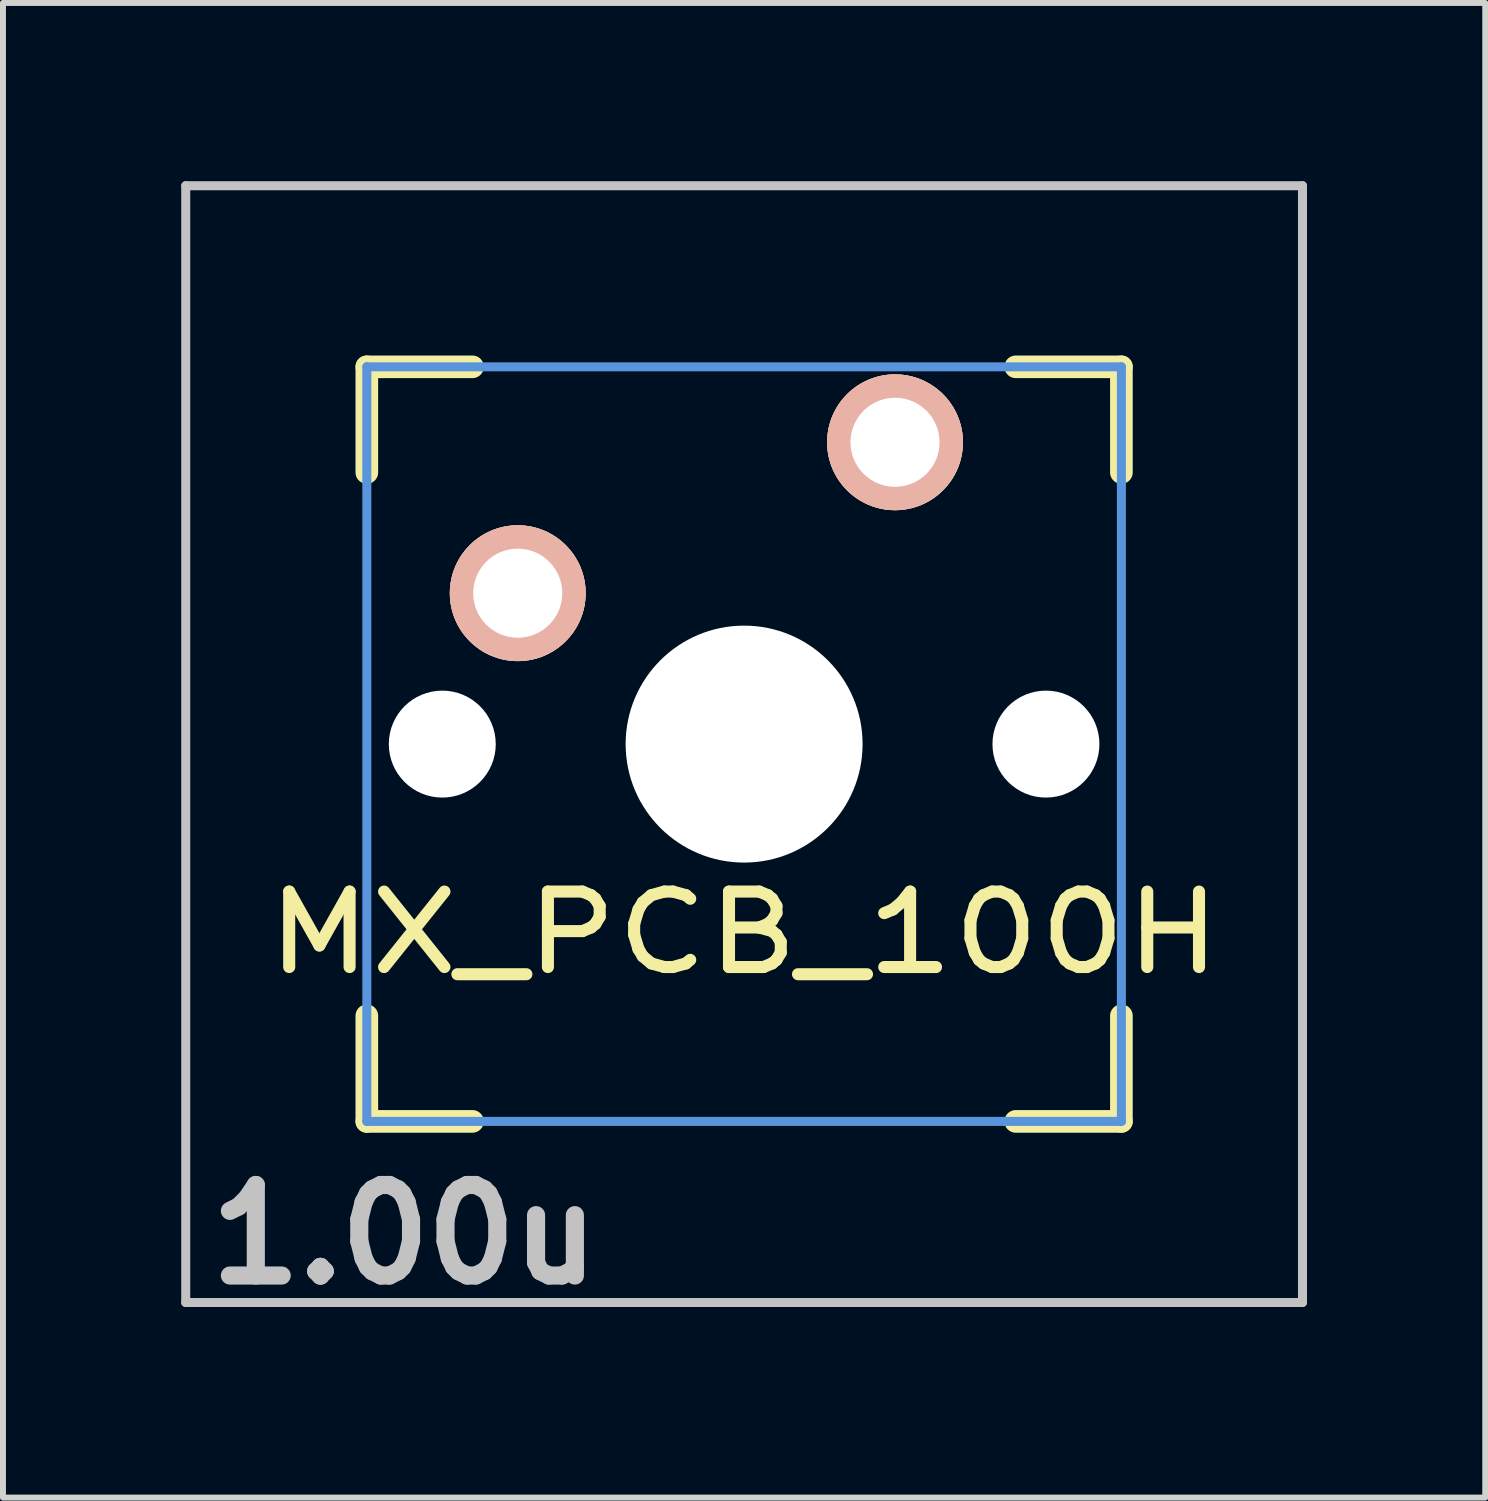
<source format=kicad_pcb>
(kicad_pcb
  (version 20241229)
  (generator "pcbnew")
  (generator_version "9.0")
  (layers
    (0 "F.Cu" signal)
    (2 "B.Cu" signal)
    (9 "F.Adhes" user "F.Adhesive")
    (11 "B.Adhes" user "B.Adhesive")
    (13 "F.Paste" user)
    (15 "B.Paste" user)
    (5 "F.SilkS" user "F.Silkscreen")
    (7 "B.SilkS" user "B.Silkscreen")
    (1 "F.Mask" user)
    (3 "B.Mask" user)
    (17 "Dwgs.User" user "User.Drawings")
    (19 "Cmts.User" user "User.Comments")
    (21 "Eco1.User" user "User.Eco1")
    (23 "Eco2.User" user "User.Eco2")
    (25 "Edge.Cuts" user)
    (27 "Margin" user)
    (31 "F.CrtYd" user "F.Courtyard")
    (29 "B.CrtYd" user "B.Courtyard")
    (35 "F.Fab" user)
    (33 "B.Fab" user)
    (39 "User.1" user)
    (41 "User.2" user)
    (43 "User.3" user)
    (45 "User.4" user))
  (footprint "MX_PCB_100H"
    (layer "F.Cu")
    (at 9.474 9.474)
    (property "Reference" "MX_PCB_100H" (at 0 3.175 0) (layer "F.SilkS") (effects (font (size 1.27 1.524) (thickness 0.203))))
    (attr through_hole)
    (fp_line (start -6.35 -6.35) (end -4.572 -6.35) (stroke (width 0.381) (type solid)) (layer "F.SilkS"))
    (fp_line (start -6.35 -4.572) (end -6.35 -6.35) (stroke (width 0.381) (type solid)) (layer "F.SilkS"))
    (fp_line (start -6.35 6.35) (end -6.35 4.572) (stroke (width 0.381) (type solid)) (layer "F.SilkS"))
    (fp_line (start -4.572 6.35) (end -6.35 6.35) (stroke (width 0.381) (type solid)) (layer "F.SilkS"))
    (fp_line (start 4.572 -6.35) (end 6.35 -6.35) (stroke (width 0.381) (type solid)) (layer "F.SilkS"))
    (fp_line (start 6.35 -6.35) (end 6.35 -4.572) (stroke (width 0.381) (type solid)) (layer "F.SilkS"))
    (fp_line (start 6.35 4.572) (end 6.35 6.35) (stroke (width 0.381) (type solid)) (layer "F.SilkS"))
    (fp_line (start 6.35 6.35) (end 4.572 6.35) (stroke (width 0.381) (type solid)) (layer "F.SilkS"))
    (fp_line (start -9.398 -9.398) (end 9.398 -9.398) (stroke (width 0.152) (type solid)) (layer "Dwgs.User"))
    (fp_line (start -9.398 9.398) (end -9.398 -9.398) (stroke (width 0.152) (type solid)) (layer "Dwgs.User"))
    (fp_line (start 9.398 -9.398) (end 9.398 9.398) (stroke (width 0.152) (type solid)) (layer "Dwgs.User"))
    (fp_line (start 9.398 9.398) (end -9.398 9.398) (stroke (width 0.152) (type solid)) (layer "Dwgs.User"))
    (fp_line (start -6.35 -6.35) (end 6.35 -6.35) (stroke (width 0.152) (type solid)) (layer "Cmts.User"))
    (fp_line (start -6.35 6.35) (end -6.35 -6.35) (stroke (width 0.152) (type solid)) (layer "Cmts.User"))
    (fp_line (start 6.35 -6.35) (end 6.35 6.35) (stroke (width 0.152) (type solid)) (layer "Cmts.User"))
    (fp_line (start 6.35 6.35) (end -6.35 6.35) (stroke (width 0.152) (type solid)) (layer "Cmts.User"))
    (fp_line (start -6.985 -6.985) (end 6.985 -6.985) (stroke (width 0.152) (type solid)) (layer "Eco2.User"))
    (fp_line (start -6.985 6.985) (end -6.985 -6.985) (stroke (width 0.152) (type solid)) (layer "Eco2.User"))
    (fp_line (start 6.985 -6.985) (end 6.985 6.985) (stroke (width 0.152) (type solid)) (layer "Eco2.User"))
    (fp_line (start 6.985 6.985) (end -6.985 6.985) (stroke (width 0.152) (type solid)) (layer "Eco2.User"))
    (fp_text user "1.00u" (at -5.715 8.255 0) (layer "Dwgs.User") (effects (font (size 1.524 1.524) (thickness 0.305))))
    (pad "" np_thru_hole circle (at -5.08 0) (size 1.8 1.8) (drill 1.8) (layers "*.Cu"))
    (pad "" np_thru_hole circle (at 0 0) (size 3.988 3.988) (drill 3.988) (layers "*.Cu"))
    (pad "" np_thru_hole circle (at 5.08 0) (size 1.8 1.8) (drill 1.8) (layers "*.Cu"))
    (pad "1" thru_hole circle (at 2.54 -5.08) (size 2.286 2.286) (drill 1.499) (layers "*.Cu" "*.SilkS" "*.Mask"))
    (pad "2" thru_hole circle (at -3.81 -2.54) (size 2.286 2.286) (drill 1.499) (layers "*.Cu" "*.SilkS" "*.Mask")))
  (gr_rect
    (start -3 -3)
    (end 21.948 22.156)
    (stroke (width 0.1) (type default))
    (fill no)
    (layer "Edge.Cuts")))
</source>
